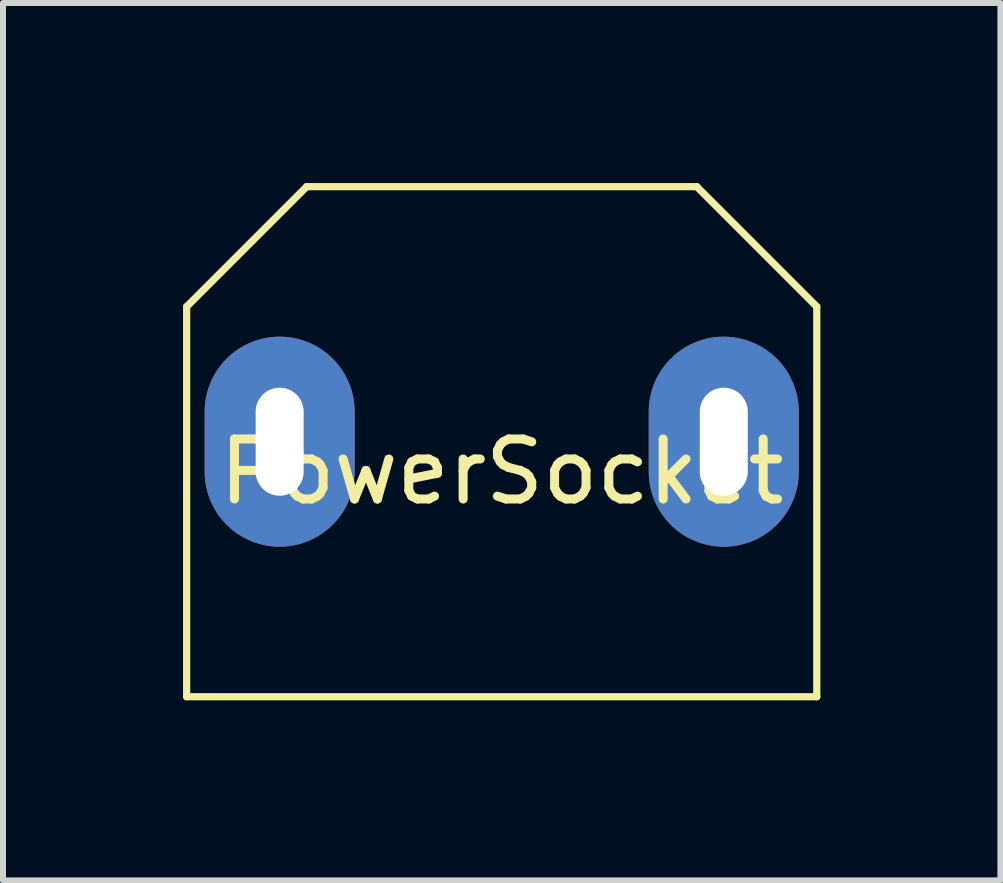
<source format=kicad_pcb>
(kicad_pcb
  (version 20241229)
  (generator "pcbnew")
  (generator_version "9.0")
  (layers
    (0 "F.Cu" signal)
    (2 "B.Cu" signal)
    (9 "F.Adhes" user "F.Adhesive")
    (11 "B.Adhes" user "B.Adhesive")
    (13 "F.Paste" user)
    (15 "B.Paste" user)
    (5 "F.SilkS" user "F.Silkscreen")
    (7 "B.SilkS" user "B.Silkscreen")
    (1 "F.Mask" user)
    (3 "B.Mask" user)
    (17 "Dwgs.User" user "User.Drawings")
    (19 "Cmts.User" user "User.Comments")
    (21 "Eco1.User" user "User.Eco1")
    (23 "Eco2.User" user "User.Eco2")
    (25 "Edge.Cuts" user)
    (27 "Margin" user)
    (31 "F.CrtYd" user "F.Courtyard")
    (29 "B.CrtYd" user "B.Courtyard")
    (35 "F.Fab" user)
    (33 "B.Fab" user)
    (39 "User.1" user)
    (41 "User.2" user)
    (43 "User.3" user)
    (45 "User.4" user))
  (footprint "PowerSocket"
    (layer "F.Cu")
    (at 5.31 4.31)
    (property "Reference" "PowerSocket" (at 0 0.5 0) (layer "F.SilkS") (effects (font (size 1 1) (thickness 0.15))))
    (attr through_hole)
    (fp_line (start -5.25 -2.25) (end -5.25 4.25) (stroke (width 0.12) (type solid)) (layer "F.SilkS"))
    (fp_line (start -5.25 4.25) (end 5.25 4.25) (stroke (width 0.12) (type solid)) (layer "F.SilkS"))
    (fp_line (start -3.25 -4.25) (end -5.25 -2.25) (stroke (width 0.12) (type solid)) (layer "F.SilkS"))
    (fp_line (start 3.25 -4.25) (end -3.25 -4.25) (stroke (width 0.12) (type solid)) (layer "F.SilkS"))
    (fp_line (start 5.25 -2.25) (end 3.25 -4.25) (stroke (width 0.12) (type solid)) (layer "F.SilkS"))
    (fp_line (start 5.25 4.25) (end 5.25 -2.25) (stroke (width 0.12) (type solid)) (layer "F.SilkS"))
    (pad "1" thru_hole oval (at -3.7 0) (size 2.5 3.5) (drill oval 0.8 1.8) (layers "*.Cu" "*.Mask"))
    (pad "1" thru_hole oval (at 3.7 0) (size 2.5 3.5) (drill oval 0.8 1.8) (layers "*.Cu" "*.Mask")))
  (gr_rect
    (start -3 -3)
    (end 13.62 11.62)
    (stroke (width 0.1) (type default))
    (fill no)
    (layer "Edge.Cuts")))
</source>
